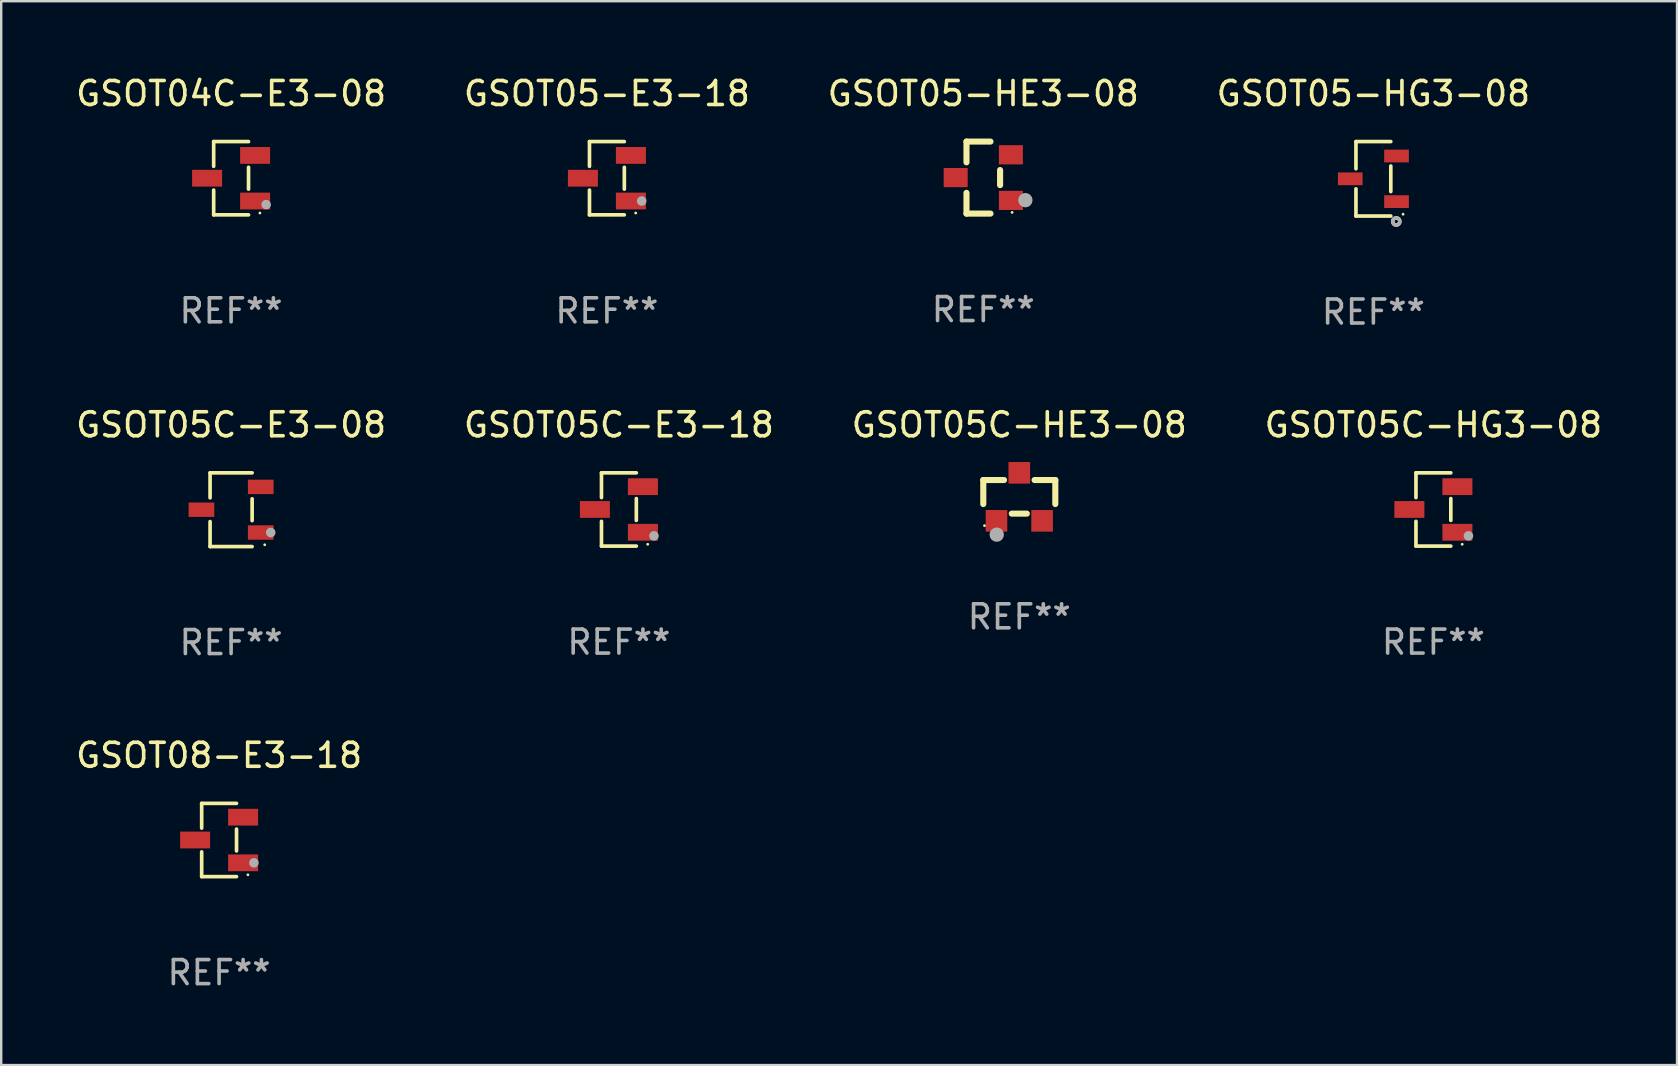
<source format=kicad_pcb>
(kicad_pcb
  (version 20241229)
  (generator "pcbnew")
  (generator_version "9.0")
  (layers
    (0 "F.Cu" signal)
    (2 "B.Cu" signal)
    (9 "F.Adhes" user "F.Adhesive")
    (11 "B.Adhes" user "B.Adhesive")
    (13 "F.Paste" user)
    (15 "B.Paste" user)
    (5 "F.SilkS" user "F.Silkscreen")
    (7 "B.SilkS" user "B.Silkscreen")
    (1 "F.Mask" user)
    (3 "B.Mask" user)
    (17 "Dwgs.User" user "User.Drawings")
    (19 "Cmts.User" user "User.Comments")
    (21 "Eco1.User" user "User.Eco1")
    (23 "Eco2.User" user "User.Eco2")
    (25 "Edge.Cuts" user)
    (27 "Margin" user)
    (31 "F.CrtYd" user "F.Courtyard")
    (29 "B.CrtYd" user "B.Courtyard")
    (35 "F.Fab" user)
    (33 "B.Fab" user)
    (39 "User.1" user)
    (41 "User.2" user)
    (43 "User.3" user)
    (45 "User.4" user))
  (footprint "GSOT08-E3-18"
    (layer "F.Cu")
    (at 6.077 31.942)
    (property "Reference" "GSOT08-E3-18" (at 0 -3.526 0) (layer "F.SilkS") (effects (font (size 1 1) (thickness 0.15))))
    (attr through_hole)
    (fp_line (start -0.726 -1.526) (end -0.726 -0.495) (stroke (width 0.152) (type solid)) (layer "F.SilkS"))
    (fp_line (start -0.726 1.526) (end -0.726 0.495) (stroke (width 0.152) (type solid)) (layer "F.SilkS"))
    (fp_line (start 0.726 -1.526) (end -0.726 -1.526) (stroke (width 0.152) (type solid)) (layer "F.SilkS"))
    (fp_line (start 0.726 -0.455) (end 0.726 0.455) (stroke (width 0.152) (type solid)) (layer "F.SilkS"))
    (fp_line (start 0.726 1.526) (end -0.726 1.526) (stroke (width 0.152) (type solid)) (layer "F.SilkS"))
    (fp_circle (center 1.2 1.45) (end 1.23 1.45) (stroke (width 0.06) (type solid)) (fill no) (layer "F.SilkS"))
    (fp_circle (center 1.45 0.95) (end 1.55 0.95) (stroke (width 0.2) (type solid)) (fill no) (layer "F.Fab"))
    (fp_text user "REF**" (at 0 5.526 0) (layer "F.Fab") (effects (font (size 1 1) (thickness 0.15))))
    (pad "1" smd rect (at 1 0.95) (size 1.25 0.7) (layers "F.Cu" "F.Mask" "F.Paste"))
    (pad "2" smd rect (at 1 -0.95) (size 1.25 0.7) (layers "F.Cu" "F.Mask" "F.Paste"))
    (pad "3" smd rect (at -1 0) (size 1.25 0.7) (layers "F.Cu" "F.Mask" "F.Paste")))
  (footprint "GSOT05C-HG3-08"
    (layer "F.Cu")
    (at 56.661 18.173)
    (property "Reference" "GSOT05C-HG3-08" (at 0 -3.526 0) (layer "F.SilkS") (effects (font (size 1 1) (thickness 0.15))))
    (attr through_hole)
    (fp_line (start -0.726 -1.526) (end -0.726 -0.495) (stroke (width 0.152) (type solid)) (layer "F.SilkS"))
    (fp_line (start -0.726 1.526) (end -0.726 0.495) (stroke (width 0.152) (type solid)) (layer "F.SilkS"))
    (fp_line (start 0.726 -1.526) (end -0.726 -1.526) (stroke (width 0.152) (type solid)) (layer "F.SilkS"))
    (fp_line (start 0.726 -0.455) (end 0.726 0.455) (stroke (width 0.152) (type solid)) (layer "F.SilkS"))
    (fp_line (start 0.726 1.526) (end -0.726 1.526) (stroke (width 0.152) (type solid)) (layer "F.SilkS"))
    (fp_circle (center 1.2 1.45) (end 1.23 1.45) (stroke (width 0.06) (type solid)) (fill no) (layer "F.SilkS"))
    (fp_circle (center 1.46 1.1) (end 1.56 1.1) (stroke (width 0.2) (type solid)) (fill no) (layer "F.Fab"))
    (fp_text user "REF**" (at 0 5.526 0) (layer "F.Fab") (effects (font (size 1 1) (thickness 0.15))))
    (pad "1" smd rect (at 1 0.95) (size 1.25 0.7) (layers "F.Cu" "F.Mask" "F.Paste"))
    (pad "2" smd rect (at 1 -0.95) (size 1.25 0.7) (layers "F.Cu" "F.Mask" "F.Paste"))
    (pad "3" smd rect (at -1 0) (size 1.25 0.7) (layers "F.Cu" "F.Mask" "F.Paste")))
  (footprint "GSOT05-HG3-08"
    (layer "F.Cu")
    (at 54.161 4.399)
    (property "Reference" "GSOT05-HG3-08" (at 0 -3.551 0) (layer "F.SilkS") (effects (font (size 1 1) (thickness 0.15))))
    (attr through_hole)
    (fp_line (start -0.726 -1.551) (end -0.726 -0.418) (stroke (width 0.152) (type solid)) (layer "F.SilkS"))
    (fp_line (start -0.726 1.551) (end -0.726 0.418) (stroke (width 0.152) (type solid)) (layer "F.SilkS"))
    (fp_line (start 0.726 -1.551) (end -0.726 -1.551) (stroke (width 0.152) (type solid)) (layer "F.SilkS"))
    (fp_line (start 0.726 0.532) (end 0.726 -0.532) (stroke (width 0.152) (type solid)) (layer "F.SilkS"))
    (fp_line (start 0.726 1.551) (end -0.726 1.551) (stroke (width 0.152) (type solid)) (layer "F.SilkS"))
    (fp_circle (center 0.953 1.777) (end 1.027 1.777) (stroke (width 0.15) (type solid)) (fill no) (layer "F.SilkS"))
    (fp_circle (center 1.237 1.475) (end 1.267 1.475) (stroke (width 0.06) (type solid)) (fill no) (layer "F.SilkS"))
    (fp_circle (center 0.953 1.777) (end 1.027 1.777) (stroke (width 0.15) (type solid)) (fill no) (layer "F.Fab"))
    (fp_text user "REF**" (at 0 5.551 0) (layer "F.Fab") (effects (font (size 1 1) (thickness 0.15))))
    (pad "1" smd rect (at 0.964 0.95 90) (size 0.532 1.028) (layers "F.Cu" "F.Mask" "F.Paste"))
    (pad "2" smd rect (at 0.964 -0.95 90) (size 0.532 1.028) (layers "F.Cu" "F.Mask" "F.Paste"))
    (pad "3" smd rect (at -0.964 -0.000025 90) (size 0.532 1.028) (layers "F.Cu" "F.Mask" "F.Paste")))
  (footprint "GSOT05C-HE3-08"
    (layer "F.Cu")
    (at 39.411 17.647)
    (property "Reference" "GSOT05C-HE3-08" (at 0 -3 0) (layer "F.SilkS") (effects (font (size 1 1) (thickness 0.15))))
    (attr through_hole)
    (fp_line (start -1.5 -0.7) (end -1.5 0.3) (stroke (width 0.254) (type solid)) (layer "F.SilkS"))
    (fp_line (start -1.5 -0.7) (end -0.636 -0.7) (stroke (width 0.254) (type solid)) (layer "F.SilkS"))
    (fp_line (start -0.314 0.7) (end 0.314 0.7) (stroke (width 0.254) (type solid)) (layer "F.SilkS"))
    (fp_line (start 0.636 -0.7) (end 1.5 -0.7) (stroke (width 0.254) (type solid)) (layer "F.SilkS"))
    (fp_line (start 1.5 -0.7) (end 1.5 0.3) (stroke (width 0.254) (type solid)) (layer "F.SilkS"))
    (fp_circle (center -1.45 1.2) (end -1.42 1.2) (stroke (width 0.06) (type solid)) (fill no) (layer "F.SilkS"))
    (fp_circle (center -0.94 1.575) (end -0.79 1.575) (stroke (width 0.3) (type solid)) (fill no) (layer "F.Fab"))
    (fp_text user "REF**" (at 0 5 0) (layer "F.Fab") (effects (font (size 1 1) (thickness 0.15))))
    (pad "1" smd rect (at -0.95 1) (size 0.9 0.9) (layers "F.Cu" "F.Mask" "F.Paste"))
    (pad "2" smd rect (at 0.95 1) (size 0.9 0.9) (layers "F.Cu" "F.Mask" "F.Paste"))
    (pad "3" smd rect (at 0.000051 -1) (size 0.9 0.9) (layers "F.Cu" "F.Mask" "F.Paste")))
  (footprint "GSOT04C-E3-08"
    (layer "F.Cu")
    (at 6.577 4.374)
    (property "Reference" "GSOT04C-E3-08" (at 0 -3.526 0) (layer "F.SilkS") (effects (font (size 1 1) (thickness 0.15))))
    (attr through_hole)
    (fp_line (start -0.726 -1.526) (end -0.726 -0.495) (stroke (width 0.152) (type solid)) (layer "F.SilkS"))
    (fp_line (start -0.726 1.526) (end -0.726 0.495) (stroke (width 0.152) (type solid)) (layer "F.SilkS"))
    (fp_line (start 0.726 -1.526) (end -0.726 -1.526) (stroke (width 0.152) (type solid)) (layer "F.SilkS"))
    (fp_line (start 0.726 -0.455) (end 0.726 0.455) (stroke (width 0.152) (type solid)) (layer "F.SilkS"))
    (fp_line (start 0.726 1.526) (end -0.726 1.526) (stroke (width 0.152) (type solid)) (layer "F.SilkS"))
    (fp_circle (center 1.2 1.45) (end 1.23 1.45) (stroke (width 0.06) (type solid)) (fill no) (layer "F.SilkS"))
    (fp_circle (center 1.46 1.1) (end 1.56 1.1) (stroke (width 0.2) (type solid)) (fill no) (layer "F.Fab"))
    (fp_text user "REF**" (at 0 5.526 0) (layer "F.Fab") (effects (font (size 1 1) (thickness 0.15))))
    (pad "1" smd rect (at 1 0.95) (size 1.25 0.7) (layers "F.Cu" "F.Mask" "F.Paste"))
    (pad "2" smd rect (at 1 -0.95) (size 1.25 0.7) (layers "F.Cu" "F.Mask" "F.Paste"))
    (pad "3" smd rect (at -1 0) (size 1.25 0.7) (layers "F.Cu" "F.Mask" "F.Paste")))
  (footprint "GSOT05C-E3-08"
    (layer "F.Cu")
    (at 6.577 18.183)
    (property "Reference" "GSOT05C-E3-08" (at 0 -3.536 0) (layer "F.SilkS") (effects (font (size 1 1) (thickness 0.15))))
    (attr through_hole)
    (fp_line (start -0.876 -1.536) (end -0.876 -0.495) (stroke (width 0.152) (type solid)) (layer "F.SilkS"))
    (fp_line (start -0.876 1.536) (end -0.876 0.495) (stroke (width 0.152) (type solid)) (layer "F.SilkS"))
    (fp_line (start 0.876 -1.536) (end -0.876 -1.536) (stroke (width 0.152) (type solid)) (layer "F.SilkS"))
    (fp_line (start 0.876 -0.455) (end 0.876 0.455) (stroke (width 0.152) (type solid)) (layer "F.SilkS"))
    (fp_line (start 0.876 1.536) (end -0.876 1.536) (stroke (width 0.152) (type solid)) (layer "F.SilkS"))
    (fp_circle (center 1.4 1.46) (end 1.43 1.46) (stroke (width 0.06) (type solid)) (fill no) (layer "F.SilkS"))
    (fp_circle (center 1.651 0.95) (end 1.751 0.95) (stroke (width 0.2) (type solid)) (fill no) (layer "F.Fab"))
    (fp_text user "REF**" (at 0 5.536 0) (layer "F.Fab") (effects (font (size 1 1) (thickness 0.15))))
    (pad "1" smd rect (at 1.235 0.95) (size 1.07 0.6) (layers "F.Cu" "F.Mask" "F.Paste"))
    (pad "2" smd rect (at 1.235 -0.95) (size 1.07 0.6) (layers "F.Cu" "F.Mask" "F.Paste"))
    (pad "3" smd rect (at -1.235 0) (size 1.07 0.6) (layers "F.Cu" "F.Mask" "F.Paste")))
  (footprint "GSOT05-E3-18"
    (layer "F.Cu")
    (at 22.232 4.374)
    (property "Reference" "GSOT05-E3-18" (at 0 -3.526 0) (layer "F.SilkS") (effects (font (size 1 1) (thickness 0.15))))
    (attr through_hole)
    (fp_line (start -0.726 -1.526) (end -0.726 -0.495) (stroke (width 0.152) (type solid)) (layer "F.SilkS"))
    (fp_line (start -0.726 1.526) (end -0.726 0.495) (stroke (width 0.152) (type solid)) (layer "F.SilkS"))
    (fp_line (start 0.726 -1.526) (end -0.726 -1.526) (stroke (width 0.152) (type solid)) (layer "F.SilkS"))
    (fp_line (start 0.726 -0.455) (end 0.726 0.455) (stroke (width 0.152) (type solid)) (layer "F.SilkS"))
    (fp_line (start 0.726 1.526) (end -0.726 1.526) (stroke (width 0.152) (type solid)) (layer "F.SilkS"))
    (fp_circle (center 1.2 1.45) (end 1.23 1.45) (stroke (width 0.06) (type solid)) (fill no) (layer "F.SilkS"))
    (fp_circle (center 1.45 0.95) (end 1.55 0.95) (stroke (width 0.2) (type solid)) (fill no) (layer "F.Fab"))
    (fp_text user "REF**" (at 0 5.526 0) (layer "F.Fab") (effects (font (size 1 1) (thickness 0.15))))
    (pad "1" smd rect (at 1 0.95) (size 1.25 0.7) (layers "F.Cu" "F.Mask" "F.Paste"))
    (pad "2" smd rect (at 1 -0.95) (size 1.25 0.7) (layers "F.Cu" "F.Mask" "F.Paste"))
    (pad "3" smd rect (at -1 0) (size 1.25 0.7) (layers "F.Cu" "F.Mask" "F.Paste")))
  (footprint "GSOT05C-E3-18"
    (layer "F.Cu")
    (at 22.732 18.173)
    (property "Reference" "GSOT05C-E3-18" (at 0 -3.526 0) (layer "F.SilkS") (effects (font (size 1 1) (thickness 0.15))))
    (attr through_hole)
    (fp_line (start -0.726 -1.526) (end -0.726 -0.495) (stroke (width 0.152) (type solid)) (layer "F.SilkS"))
    (fp_line (start -0.726 1.526) (end -0.726 0.495) (stroke (width 0.152) (type solid)) (layer "F.SilkS"))
    (fp_line (start 0.726 -1.526) (end -0.726 -1.526) (stroke (width 0.152) (type solid)) (layer "F.SilkS"))
    (fp_line (start 0.726 -0.455) (end 0.726 0.455) (stroke (width 0.152) (type solid)) (layer "F.SilkS"))
    (fp_line (start 0.726 1.526) (end -0.726 1.526) (stroke (width 0.152) (type solid)) (layer "F.SilkS"))
    (fp_circle (center 1.2 1.45) (end 1.23 1.45) (stroke (width 0.06) (type solid)) (fill no) (layer "F.SilkS"))
    (fp_circle (center 1.46 1.1) (end 1.56 1.1) (stroke (width 0.2) (type solid)) (fill no) (layer "F.Fab"))
    (fp_text user "REF**" (at 0 5.526 0) (layer "F.Fab") (effects (font (size 1 1) (thickness 0.15))))
    (pad "1" smd rect (at 1 0.95) (size 1.25 0.7) (layers "F.Cu" "F.Mask" "F.Paste"))
    (pad "2" smd rect (at 1 -0.95) (size 1.25 0.7) (layers "F.Cu" "F.Mask" "F.Paste"))
    (pad "3" smd rect (at -1 0) (size 1.25 0.7) (layers "F.Cu" "F.Mask" "F.Paste")))
  (footprint "GSOT05-HE3-08"
    (layer "F.Cu")
    (at 37.911 4.348)
    (property "Reference" "GSOT05-HE3-08" (at 0 -3.5 0) (layer "F.SilkS") (effects (font (size 1 1) (thickness 0.15))))
    (attr through_hole)
    (fp_line (start -0.7 -1.5) (end 0.3 -1.5) (stroke (width 0.254) (type solid)) (layer "F.SilkS"))
    (fp_line (start -0.7 -0.636) (end -0.7 -1.5) (stroke (width 0.254) (type solid)) (layer "F.SilkS"))
    (fp_line (start -0.7 1.5) (end -0.7 0.636) (stroke (width 0.254) (type solid)) (layer "F.SilkS"))
    (fp_line (start -0.7 1.5) (end 0.3 1.5) (stroke (width 0.254) (type solid)) (layer "F.SilkS"))
    (fp_line (start 0.7 0.314) (end 0.7 -0.314) (stroke (width 0.254) (type solid)) (layer "F.SilkS"))
    (fp_circle (center 1.2 1.45) (end 1.23 1.45) (stroke (width 0.06) (type solid)) (fill no) (layer "F.SilkS"))
    (fp_circle (center 1.753 0.94) (end 1.903 0.94) (stroke (width 0.3) (type solid)) (fill no) (layer "F.Fab"))
    (fp_text user "REF**" (at 0 5.5 0) (layer "F.Fab") (effects (font (size 1 1) (thickness 0.15))))
    (pad "1" smd rect (at 1.15 0.95 180) (size 1 0.8) (layers "F.Cu" "F.Mask" "F.Paste"))
    (pad "2" smd rect (at 1.15 -0.95 180) (size 1 0.8) (layers "F.Cu" "F.Mask" "F.Paste"))
    (pad "3" smd rect (at -1.15 -0.000051 180) (size 1 0.8) (layers "F.Cu" "F.Mask" "F.Paste")))
  (gr_rect
    (start -3 -3)
    (end 66.81 41.317)
    (stroke (width 0.1) (type default))
    (fill no)
    (layer "Edge.Cuts")))
</source>
